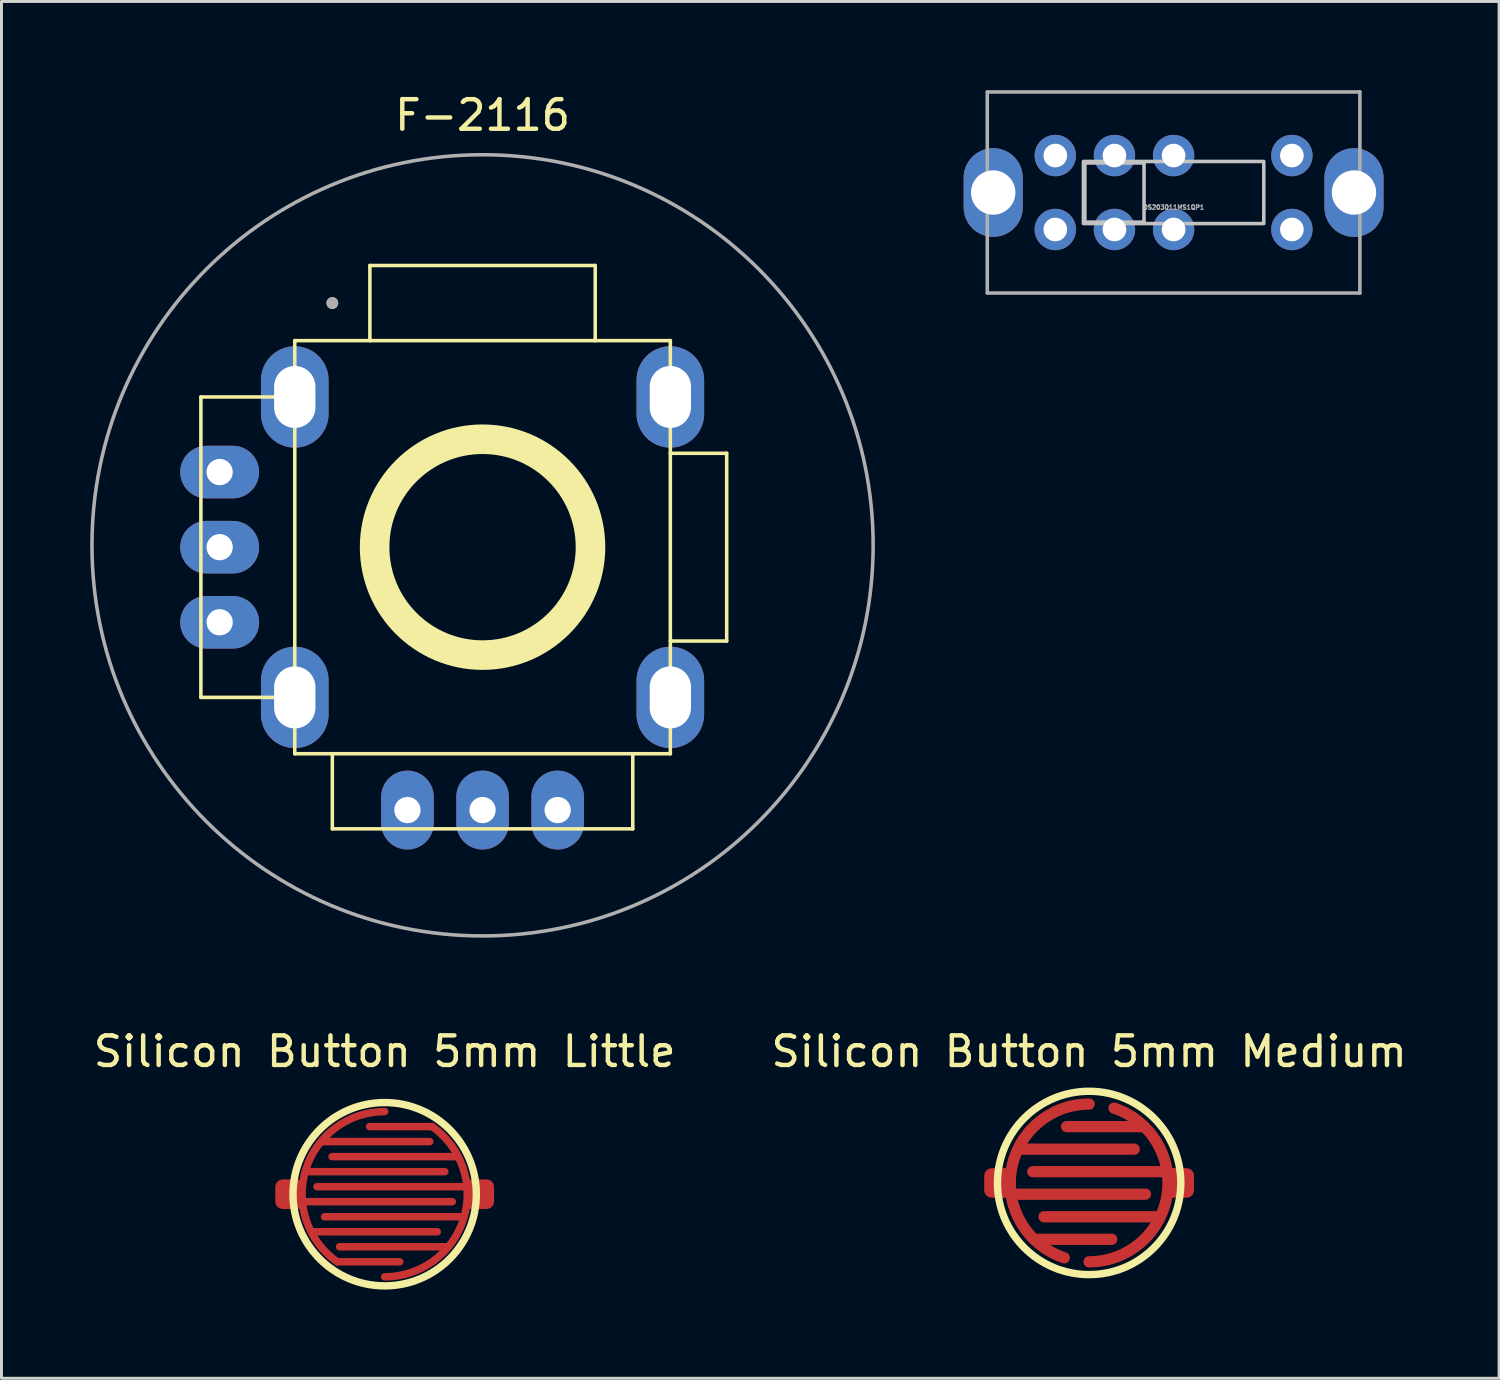
<source format=kicad_pcb>
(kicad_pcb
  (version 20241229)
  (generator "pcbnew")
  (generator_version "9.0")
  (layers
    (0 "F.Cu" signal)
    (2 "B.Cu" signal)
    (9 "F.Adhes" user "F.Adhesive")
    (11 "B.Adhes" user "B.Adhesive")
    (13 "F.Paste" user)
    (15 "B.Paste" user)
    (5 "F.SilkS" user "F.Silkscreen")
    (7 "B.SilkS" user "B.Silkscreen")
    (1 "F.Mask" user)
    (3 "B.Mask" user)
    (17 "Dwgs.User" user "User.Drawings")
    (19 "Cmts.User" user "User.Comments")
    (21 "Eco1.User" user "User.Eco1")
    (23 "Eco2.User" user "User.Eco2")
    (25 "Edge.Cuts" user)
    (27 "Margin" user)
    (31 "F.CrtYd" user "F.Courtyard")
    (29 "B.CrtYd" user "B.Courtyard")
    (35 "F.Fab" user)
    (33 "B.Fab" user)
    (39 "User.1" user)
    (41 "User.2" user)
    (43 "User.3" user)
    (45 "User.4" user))
  (footprint "Silicon Button 5mm Medium"
    (layer "F.Cu")
    (at 33.78 36.952)
    (property "Reference" "Silicon Button 5mm Medium" (at 0 -4.445 0) (layer "F.SilkS") (effects (font (size 1 1) (thickness 0.15))))
    (attr through_hole)
    (fp_line (start -2.667 0.381) (end 1.905 0.381) (stroke (width 0.381) (type solid)) (layer "F.Cu"))
    (fp_line (start -2.286 -1.143) (end 1.524 -1.143) (stroke (width 0.381) (type solid)) (layer "F.Cu"))
    (fp_line (start -1.8 1.905) (end 0.762 1.905) (stroke (width 0.381) (type solid)) (layer "F.Cu"))
    (fp_line (start 1.8 -1.905) (end -0.762 -1.905) (stroke (width 0.381) (type solid)) (layer "F.Cu"))
    (fp_line (start 2.286 1.143) (end -1.524 1.143) (stroke (width 0.381) (type solid)) (layer "F.Cu"))
    (fp_line (start 2.667 -0.381) (end -1.905 -0.381) (stroke (width 0.381) (type solid)) (layer "F.Cu"))
    (fp_arc (start -0.841836 2.530652) (mid -2.632692 -0.426403) (end 0 -2.667) (stroke (width 0.381) (type solid)) (layer "F.Cu"))
    (fp_arc (start 0.841836 -2.530652) (mid 2.632692 0.426403) (end 0 2.667) (stroke (width 0.381) (type solid)) (layer "F.Cu"))
    (fp_circle (center 0 0) (end 1.5 0) (stroke (width 3) (type solid)) (fill no) (layer "F.Mask"))
    (fp_circle (center 0 0) (end 3.1 0) (stroke (width 0.25) (type solid)) (fill no) (layer "F.SilkS"))
    (pad "1" smd roundrect (at -3.048 0) (size 1 1) (layers "F.Cu") (roundrect_rratio 0.25))
    (pad "2" smd roundrect (at 3.048 0) (size 1 1) (layers "F.Cu") (roundrect_rratio 0.25)))
  (footprint "OS203011MS1QP1"
    (layer "F.Cu")
    (at 36.636 3.46)
    (property "Reference" "OS203011MS1QP1" (at 0 0.5 0) (layer "F.Fab") (effects (font (size 0.15 0.15) (thickness 0.037))))
    (attr through_hole)
    (fp_rect (start -3.05 -1.05) (end 3.05 1.05) (stroke (width 0.12) (type solid)) (fill no) (layer "Dwgs.User"))
    (fp_rect (start -3 -1) (end -1 1) (stroke (width 0.12) (type solid)) (fill no) (layer "Dwgs.User"))
    (fp_line (start -6.3 -3.4) (end 6.3 -3.4) (stroke (width 0.12) (type solid)) (layer "F.Fab"))
    (fp_line (start -6.3 3.4) (end -6.3 -3.4) (stroke (width 0.12) (type solid)) (layer "F.Fab"))
    (fp_line (start 6.3 -3.4) (end 6.3 3.4) (stroke (width 0.12) (type solid)) (layer "F.Fab"))
    (fp_line (start 6.3 3.4) (end -6.3 3.4) (stroke (width 0.12) (type solid)) (layer "F.Fab"))
    (pad "" thru_hole oval (at -6.1 0) (size 2 3) (drill 1.5) (layers "*.Cu" "*.Mask"))
    (pad "" thru_hole oval (at 6.1 0) (size 2 3) (drill 1.5) (layers "*.Cu" "*.Mask"))
    (pad "1" thru_hole circle (at -4 -1.25) (size 1.4 1.4) (drill 0.8) (layers "*.Cu" "*.Mask"))
    (pad "2" thru_hole circle (at -2 -1.25) (size 1.4 1.4) (drill 0.8) (layers "*.Cu" "*.Mask"))
    (pad "3" thru_hole circle (at 0 -1.25) (size 1.4 1.4) (drill 0.8) (layers "*.Cu" "*.Mask"))
    (pad "4" thru_hole circle (at 4 -1.25) (size 1.4 1.4) (drill 0.8) (layers "*.Cu" "*.Mask"))
    (pad "5" thru_hole circle (at -4 1.25) (size 1.4 1.4) (drill 0.8) (layers "*.Cu" "*.Mask"))
    (pad "6" thru_hole circle (at -2 1.25) (size 1.4 1.4) (drill 0.8) (layers "*.Cu" "*.Mask"))
    (pad "7" thru_hole circle (at 0 1.25) (size 1.4 1.4) (drill 0.8) (layers "*.Cu" "*.Mask"))
    (pad "8" thru_hole circle (at 4 1.25) (size 1.4 1.4) (drill 0.8) (layers "*.Cu" "*.Mask")))
  (footprint "Silicon Button 5mm Little"
    (layer "F.Cu")
    (at 9.958 37.333)
    (property "Reference" "Silicon Button 5mm Little" (at 0 -4.826 0) (layer "F.SilkS") (effects (font (size 1 1) (thickness 0.15))))
    (attr through_hole)
    (fp_line (start -2.7 0.254) (end 2.286 0.254) (stroke (width 0.254) (type solid)) (layer "F.Cu"))
    (fp_line (start -2.54 -0.762) (end 2.032 -0.762) (stroke (width 0.254) (type solid)) (layer "F.Cu"))
    (fp_line (start -2.4 1.27) (end 1.778 1.27) (stroke (width 0.254) (type solid)) (layer "F.Cu"))
    (fp_line (start -2.1 -1.778) (end 1.524 -1.778) (stroke (width 0.254) (type solid)) (layer "F.Cu"))
    (fp_line (start -1.6 2.286) (end 0.508 2.286) (stroke (width 0.254) (type solid)) (layer "F.Cu"))
    (fp_line (start 1.6 -2.286) (end -0.508 -2.286) (stroke (width 0.254) (type solid)) (layer "F.Cu"))
    (fp_line (start 2.1 1.778) (end -1.524 1.778) (stroke (width 0.254) (type solid)) (layer "F.Cu"))
    (fp_line (start 2.4 -1.27) (end -1.778 -1.27) (stroke (width 0.254) (type solid)) (layer "F.Cu"))
    (fp_line (start 2.54 0.762) (end -2.032 0.762) (stroke (width 0.254) (type solid)) (layer "F.Cu"))
    (fp_line (start 2.7 -0.254) (end -2.286 -0.254) (stroke (width 0.254) (type solid)) (layer "F.Cu"))
    (fp_arc (start -1.602573 2.288711) (mid -2.664686 -0.840172) (end 0 -2.794) (stroke (width 0.254) (type solid)) (layer "F.Cu"))
    (fp_arc (start 1.602573 -2.288711) (mid 2.664686 0.840172) (end 0 2.794) (stroke (width 0.254) (type solid)) (layer "F.Cu"))
    (fp_circle (center 0 0) (end 1.5 0) (stroke (width 3) (type solid)) (fill no) (layer "F.Mask"))
    (fp_circle (center 0 0) (end 3.1 0) (stroke (width 0.25) (type solid)) (fill no) (layer "F.SilkS"))
    (pad "1" smd roundrect (at -3.2 0) (size 1 1) (layers "F.Cu") (roundrect_rratio 0.25))
    (pad "2" smd roundrect (at 3.2 0) (size 1 1) (layers "F.Cu") (roundrect_rratio 0.25)))
  (footprint "F-2116"
    (layer "F.Cu")
    (at 13.268 15.453)
    (property "Reference" "F-2116" (at 0 -14.605 0) (layer "F.SilkS") (effects (font (size 1 1) (thickness 0.15))))
    (attr through_hole)
    (fp_line (start -9.525 -5.08) (end -6.35 -5.08) (stroke (width 0.12) (type solid)) (layer "F.SilkS"))
    (fp_line (start -9.525 5.08) (end -9.525 -5.08) (stroke (width 0.12) (type solid)) (layer "F.SilkS"))
    (fp_line (start -6.35 -6.985) (end 6.35 -6.985) (stroke (width 0.12) (type solid)) (layer "F.SilkS"))
    (fp_line (start -6.35 5.08) (end -9.525 5.08) (stroke (width 0.12) (type solid)) (layer "F.SilkS"))
    (fp_line (start -6.35 6.985) (end -6.35 -6.985) (stroke (width 0.12) (type solid)) (layer "F.SilkS"))
    (fp_line (start -5.08 9.525) (end -5.08 6.985) (stroke (width 0.12) (type solid)) (layer "F.SilkS"))
    (fp_line (start -5.08 9.525) (end 5.08 9.525) (stroke (width 0.12) (type solid)) (layer "F.SilkS"))
    (fp_line (start -3.81 -9.525) (end 3.81 -9.525) (stroke (width 0.12) (type solid)) (layer "F.SilkS"))
    (fp_line (start -3.81 -6.985) (end -3.81 -9.525) (stroke (width 0.12) (type solid)) (layer "F.SilkS"))
    (fp_line (start 3.81 -9.525) (end 3.81 -6.985) (stroke (width 0.12) (type solid)) (layer "F.SilkS"))
    (fp_line (start 5.08 9.525) (end 5.08 6.985) (stroke (width 0.12) (type solid)) (layer "F.SilkS"))
    (fp_line (start 6.35 -6.985) (end 6.35 6.985) (stroke (width 0.12) (type solid)) (layer "F.SilkS"))
    (fp_line (start 6.35 -3.175) (end 8.255 -3.175) (stroke (width 0.12) (type solid)) (layer "F.SilkS"))
    (fp_line (start 6.35 6.985) (end -6.35 6.985) (stroke (width 0.12) (type solid)) (layer "F.SilkS"))
    (fp_line (start 8.255 -3.175) (end 8.255 3.175) (stroke (width 0.12) (type solid)) (layer "F.SilkS"))
    (fp_line (start 8.255 3.175) (end 6.35 3.175) (stroke (width 0.12) (type solid)) (layer "F.SilkS"))
    (fp_circle (center -5.08 -8.255) (end -4.98 -8.255) (stroke (width 0.2) (type solid)) (fill no) (layer "F.SilkS"))
    (fp_circle (center 0 0) (end 3.65 0) (stroke (width 1) (type solid)) (fill no) (layer "F.SilkS"))
    (fp_circle (center -5.08 -8.255) (end -4.98 -8.255) (stroke (width 0.2) (type solid)) (fill no) (layer "F.Fab"))
    (fp_circle (center 0 -0.062) (end 13.208 0) (stroke (width 0.12) (type solid)) (fill no) (layer "F.Fab"))
    (pad "H1" thru_hole oval (at -2.54 8.89) (size 1.778 2.667) (drill 0.889) (layers "*.Cu" "*.Mask"))
    (pad "H2" thru_hole oval (at 0 8.89) (size 1.778 2.667) (drill 0.889) (layers "*.Cu" "*.Mask"))
    (pad "H3" thru_hole oval (at 2.54 8.89) (size 1.778 2.667) (drill 0.889) (layers "*.Cu" "*.Mask"))
    (pad "S1" thru_hole oval (at -6.35 -5.08) (size 2.286 3.429) (drill oval 1.397 2.096) (layers "*.Cu" "*.Mask"))
    (pad "S2" thru_hole oval (at -6.35 5.08) (size 2.286 3.429) (drill oval 1.397 2.096) (layers "*.Cu" "*.Mask"))
    (pad "S3" thru_hole oval (at 6.35 5.08) (size 2.286 3.429) (drill oval 1.397 2.096) (layers "*.Cu" "*.Mask"))
    (pad "S4" thru_hole oval (at 6.35 -5.08) (size 2.286 3.429) (drill oval 1.397 2.096) (layers "*.Cu" "*.Mask"))
    (pad "V1" thru_hole oval (at -8.89 -2.54) (size 2.667 1.778) (drill 0.889) (layers "*.Cu" "*.Mask"))
    (pad "V2" thru_hole oval (at -8.89 0) (size 2.667 1.778) (drill 0.889) (layers "*.Cu" "*.Mask"))
    (pad "V3" thru_hole oval (at -8.89 2.54) (size 2.667 1.778) (drill 0.889) (layers "*.Cu" "*.Mask")))
  (gr_rect
    (start -3 -3)
    (end 47.643 43.558)
    (stroke (width 0.1) (type default))
    (fill no)
    (layer "Edge.Cuts")))
</source>
